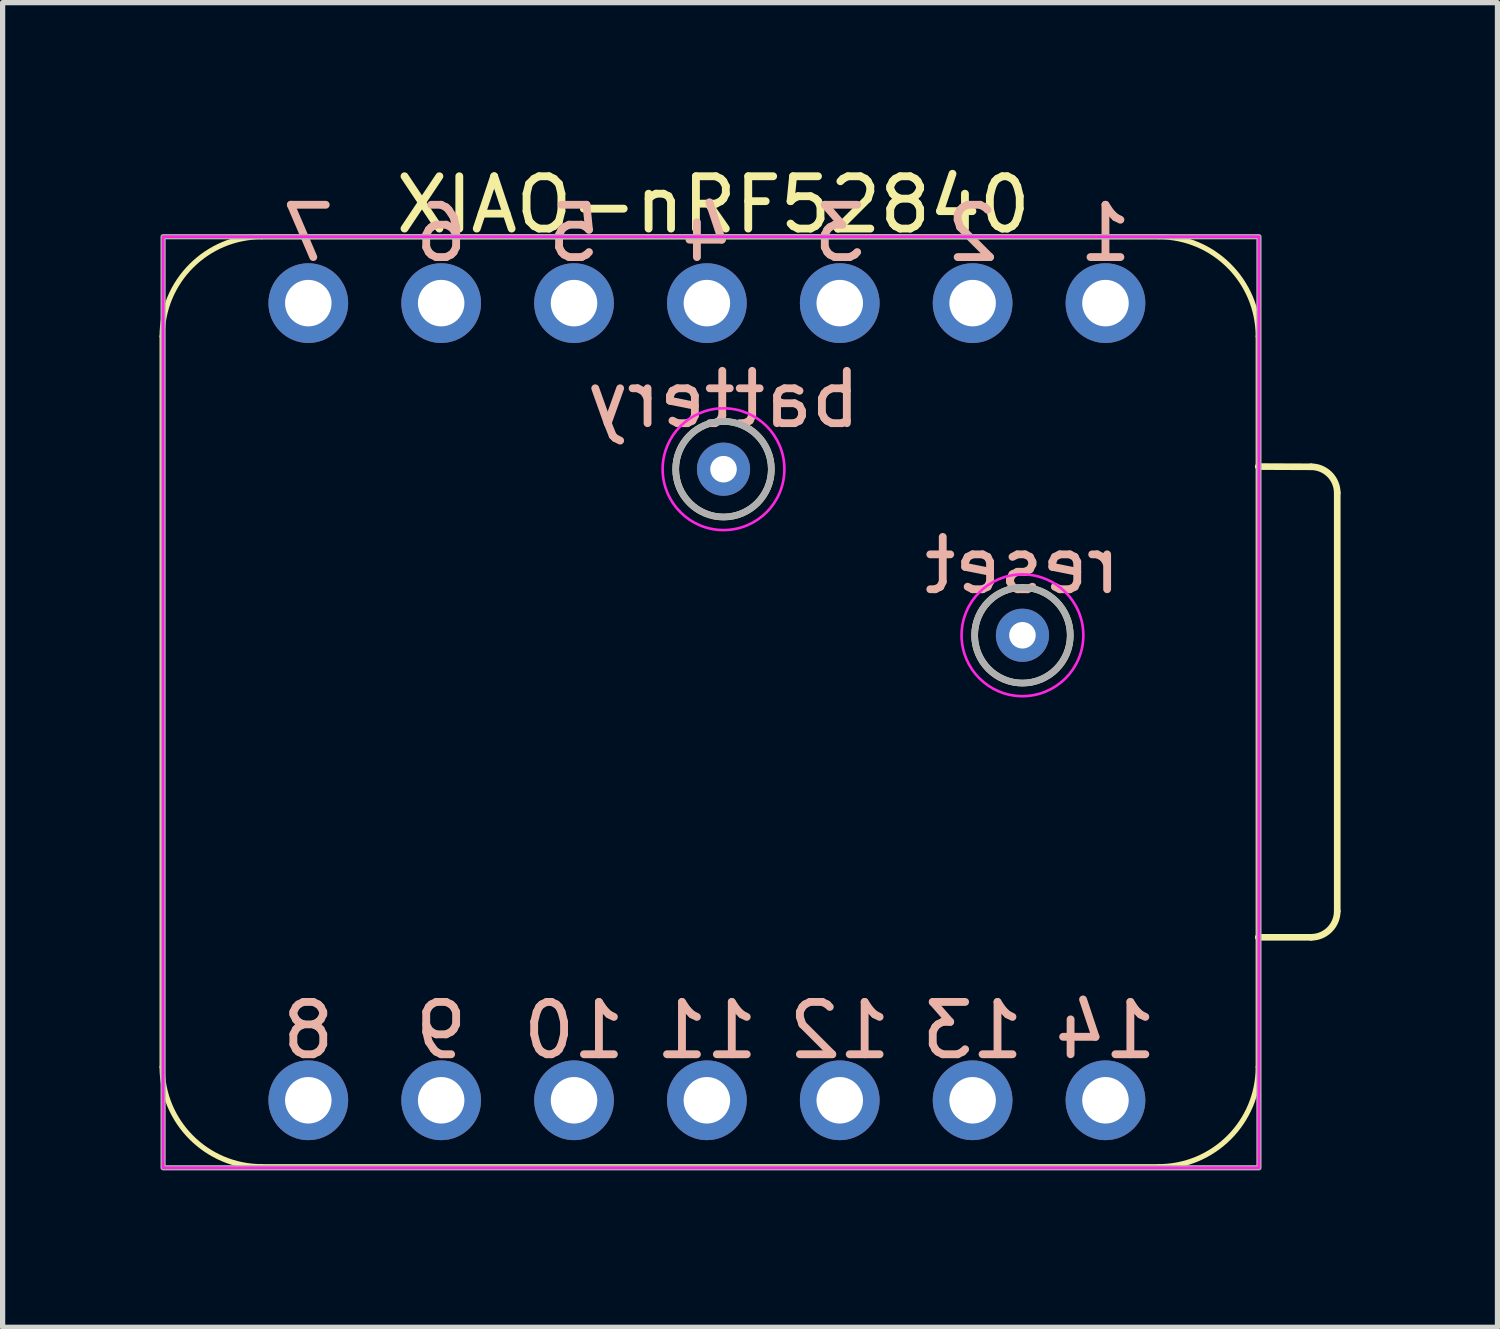
<source format=kicad_pcb>
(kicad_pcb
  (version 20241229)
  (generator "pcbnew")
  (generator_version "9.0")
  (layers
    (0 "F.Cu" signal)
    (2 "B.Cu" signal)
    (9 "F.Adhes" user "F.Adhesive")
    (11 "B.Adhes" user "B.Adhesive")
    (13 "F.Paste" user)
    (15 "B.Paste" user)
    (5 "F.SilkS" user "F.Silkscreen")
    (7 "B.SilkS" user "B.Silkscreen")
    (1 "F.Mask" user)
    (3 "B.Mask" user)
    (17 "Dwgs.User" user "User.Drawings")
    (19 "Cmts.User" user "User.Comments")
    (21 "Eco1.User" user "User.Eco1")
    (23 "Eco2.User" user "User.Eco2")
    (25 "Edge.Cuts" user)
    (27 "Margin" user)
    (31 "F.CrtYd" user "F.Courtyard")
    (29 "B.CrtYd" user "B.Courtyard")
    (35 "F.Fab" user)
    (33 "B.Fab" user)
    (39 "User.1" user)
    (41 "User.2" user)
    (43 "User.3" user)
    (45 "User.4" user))
  (footprint "XIAO-nRF52840"
    (layer "F.Cu")
    (at 10.588 10.45)
    (property "Reference" "XIAO-nRF52840" (at 0 -9 0) (layer "F.SilkS") (effects (font (size 1 1) (thickness 0.15)) (justify bottom)))
    (fp_line (start -10.538 -7.07) (end -10.538 6.9) (stroke (width 0.1) (type solid)) (layer "F.SilkS"))
    (fp_line (start -8.633 -8.975) (end 8.512 -8.975) (stroke (width 0.1) (type solid)) (layer "F.SilkS"))
    (fp_line (start -8.633 8.805) (end 8.512 8.805) (stroke (width 0.1) (type solid)) (layer "F.SilkS"))
    (fp_line (start 10.417 -4.58) (end 11.427 -4.576) (stroke (width 0.127) (type solid)) (layer "F.SilkS"))
    (fp_line (start 10.417 6.9) (end 10.417 -7.07) (stroke (width 0.1) (type solid)) (layer "F.SilkS"))
    (fp_line (start 11.427 4.419) (end 10.417 4.419) (stroke (width 0.127) (type solid)) (layer "F.SilkS"))
    (fp_line (start 11.927 -4.076) (end 11.927 3.919) (stroke (width 0.127) (type solid)) (layer "F.SilkS"))
    (fp_arc (start -10.538 -7.07) (mid -9.980038 -8.417038) (end -8.633 -8.975) (stroke (width 0.1) (type solid)) (layer "F.SilkS"))
    (fp_arc (start -8.633 8.805) (mid -9.980038 8.247038) (end -10.538 6.9) (stroke (width 0.1) (type solid)) (layer "F.SilkS"))
    (fp_arc (start 8.512 -8.975) (mid 9.859038 -8.417038) (end 10.417 -7.07) (stroke (width 0.1) (type solid)) (layer "F.SilkS"))
    (fp_arc (start 10.417 6.9) (mid 9.859038 8.247038) (end 8.512 8.805) (stroke (width 0.1) (type solid)) (layer "F.SilkS"))
    (fp_arc (start 11.427272 -4.576272) (mid 11.780644 -4.429724) (end 11.927 -4.076272) (stroke (width 0.127) (type default)) (layer "F.SilkS"))
    (fp_arc (start 11.927 3.919) (mid 11.780524 4.272524) (end 11.427 4.419) (stroke (width 0.127) (type default)) (layer "F.SilkS"))
    (fp_circle (center 0.194 -4.53) (end 0.194 -3.616) (stroke (width 0.127) (type solid)) (fill no) (layer "F.SilkS"))
    (fp_circle (center 5.909 -1.355) (end 5.909 -0.441) (stroke (width 0.127) (type solid)) (fill no) (layer "F.SilkS"))
    (fp_rect (start -10.52 -8.975) (end 10.43 8.825) (stroke (width 0.05) (type default)) (fill no) (layer "F.CrtYd"))
    (fp_circle (center 0.194 -4.53) (end 0.194 -3.366) (stroke (width 0.05) (type solid)) (fill no) (layer "F.CrtYd"))
    (fp_circle (center 5.909 -1.355) (end 5.909 -0.191) (stroke (width 0.05) (type solid)) (fill no) (layer "F.CrtYd"))
    (fp_rect (start -10.52 -8.975) (end 10.43 8.825) (stroke (width 0.1) (type default)) (fill no) (layer "F.Fab"))
    (fp_circle (center 0.194 -4.53) (end 0.194 -3.616) (stroke (width 0.127) (type solid)) (fill no) (layer "F.Fab"))
    (fp_circle (center 5.909 -1.355) (end 5.909 -0.441) (stroke (width 0.127) (type solid)) (fill no) (layer "F.Fab"))
    (fp_text user "14" (at 7.496 6.785 180) (layer "B.SilkS") (effects (font (size 1 1) (thickness 0.15)) (justify bottom mirror)))
    (fp_text user "4" (at -0.124 -8.455 180) (layer "B.SilkS") (effects (font (size 1 1) (thickness 0.15)) (justify bottom mirror)))
    (fp_text user "1" (at 7.496 -8.455 180) (layer "B.SilkS") (effects (font (size 1 1) (thickness 0.15)) (justify bottom mirror)))
    (fp_text user "reset" (at 5.909 -2.105 180) (layer "B.SilkS") (effects (font (size 1 1) (thickness 0.15)) (justify bottom mirror)))
    (fp_text user "12" (at 2.416 6.785 180) (layer "B.SilkS") (effects (font (size 1 1) (thickness 0.15)) (justify bottom mirror)))
    (fp_text user "3" (at 2.416 -8.455 180) (layer "B.SilkS") (effects (font (size 1 1) (thickness 0.15)) (justify bottom mirror)))
    (fp_text user "10" (at -2.664 6.785 180) (layer "B.SilkS") (effects (font (size 1 1) (thickness 0.15)) (justify bottom mirror)))
    (fp_text user "13" (at 4.956 6.785 180) (layer "B.SilkS") (effects (font (size 1 1) (thickness 0.15)) (justify bottom mirror)))
    (fp_text user "2" (at 4.956 -8.455 180) (layer "B.SilkS") (effects (font (size 1 1) (thickness 0.15)) (justify bottom mirror)))
    (fp_text user "9" (at -5.204 6.785 180) (layer "B.SilkS") (effects (font (size 1 1) (thickness 0.15)) (justify bottom mirror)))
    (fp_text user "8" (at -7.744 6.785 180) (layer "B.SilkS") (effects (font (size 1 1) (thickness 0.15)) (justify bottom mirror)))
    (fp_text user "5" (at -2.664 -8.455 180) (layer "B.SilkS") (effects (font (size 1 1) (thickness 0.15)) (justify bottom mirror)))
    (fp_text user "7" (at -7.744 -8.455 180) (layer "B.SilkS") (effects (font (size 1 1) (thickness 0.15)) (justify bottom mirror)))
    (fp_text user "battery" (at 0.194 -5.28 180) (layer "B.SilkS") (effects (font (size 1 1) (thickness 0.15)) (justify bottom mirror)))
    (fp_text user "6" (at -5.204 -8.455 180) (layer "B.SilkS") (effects (font (size 1 1) (thickness 0.15)) (justify bottom mirror)))
    (fp_text user "11" (at -0.124 6.785 180) (layer "B.SilkS") (effects (font (size 1 1) (thickness 0.15)) (justify bottom mirror)))
    (pad "1" thru_hole circle (at 7.496 -7.705 90) (size 1.524 1.524) (drill 0.889) (layers "*.Cu" "*.Mask"))
    (pad "2" thru_hole circle (at 4.956 -7.705 90) (size 1.524 1.524) (drill 0.889) (layers "*.Cu" "*.Mask"))
    (pad "3" thru_hole circle (at 2.416 -7.705 90) (size 1.524 1.524) (drill 0.889) (layers "*.Cu" "*.Mask"))
    (pad "4" thru_hole circle (at -0.124 -7.705 90) (size 1.524 1.524) (drill 0.889) (layers "*.Cu" "*.Mask"))
    (pad "5" thru_hole circle (at -2.664 -7.705 90) (size 1.524 1.524) (drill 0.889) (layers "*.Cu" "*.Mask"))
    (pad "6" thru_hole circle (at -5.204 -7.705 90) (size 1.524 1.524) (drill 0.889) (layers "*.Cu" "*.Mask"))
    (pad "7" thru_hole circle (at -7.744 -7.705 90) (size 1.524 1.524) (drill 0.889) (layers "*.Cu" "*.Mask"))
    (pad "8" thru_hole circle (at -7.744 7.535 270) (size 1.524 1.524) (drill 0.889) (layers "*.Cu" "*.Mask"))
    (pad "9" thru_hole circle (at -5.204 7.535 270) (size 1.524 1.524) (drill 0.889) (layers "*.Cu" "*.Mask"))
    (pad "10" thru_hole circle (at -2.664 7.535 270) (size 1.524 1.524) (drill 0.889) (layers "*.Cu" "*.Mask"))
    (pad "11" thru_hole circle (at -0.124 7.535 270) (size 1.524 1.524) (drill 0.889) (layers "*.Cu" "*.Mask"))
    (pad "12" thru_hole circle (at 2.416 7.535 270) (size 1.524 1.524) (drill 0.889) (layers "*.Cu" "*.Mask"))
    (pad "13" thru_hole circle (at 4.956 7.535 270) (size 1.524 1.524) (drill 0.889) (layers "*.Cu" "*.Mask"))
    (pad "14" thru_hole circle (at 7.496 7.535 270) (size 1.524 1.524) (drill 0.889) (layers "*.Cu" "*.Mask"))
    (pad "15" thru_hole circle (at 0.194 -4.53 270) (size 1.016 1.016) (drill 0.508) (layers "*.Cu" "*.Mask"))
    (pad "21" thru_hole circle (at 5.909 -1.355 270) (size 1.016 1.016) (drill 0.508) (layers "*.Cu" "*.Mask")))
  (gr_rect
    (start -3 -3)
    (end 25.578 22.325)
    (stroke (width 0.1) (type default))
    (fill no)
    (layer "Edge.Cuts")))
</source>
